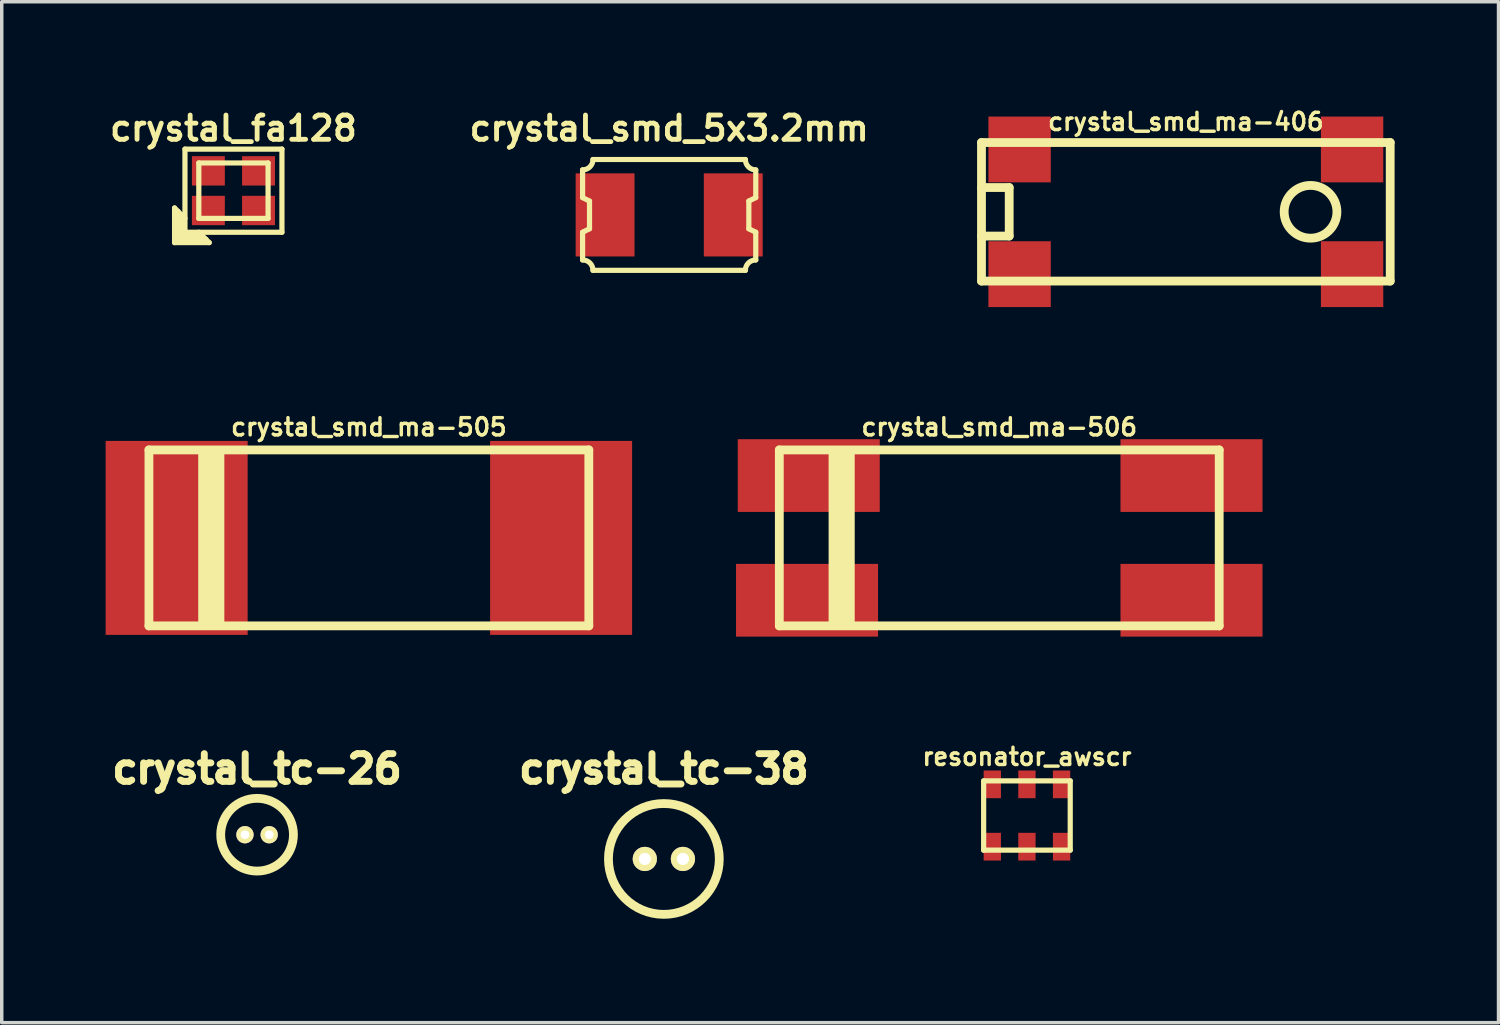
<source format=kicad_pcb>
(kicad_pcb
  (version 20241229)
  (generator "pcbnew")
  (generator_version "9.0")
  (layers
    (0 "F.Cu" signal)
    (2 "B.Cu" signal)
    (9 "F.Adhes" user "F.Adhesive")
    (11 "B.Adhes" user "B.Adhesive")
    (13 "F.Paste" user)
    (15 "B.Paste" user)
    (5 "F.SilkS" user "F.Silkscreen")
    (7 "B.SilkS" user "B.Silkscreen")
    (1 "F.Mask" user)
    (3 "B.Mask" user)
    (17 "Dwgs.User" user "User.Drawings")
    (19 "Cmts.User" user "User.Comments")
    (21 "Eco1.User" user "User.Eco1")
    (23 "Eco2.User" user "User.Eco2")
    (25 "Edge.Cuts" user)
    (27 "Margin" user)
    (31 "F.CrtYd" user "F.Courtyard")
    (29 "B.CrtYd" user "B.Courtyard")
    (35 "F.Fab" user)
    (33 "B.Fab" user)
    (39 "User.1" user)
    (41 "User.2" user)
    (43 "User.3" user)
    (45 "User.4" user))
  (footprint "crystal_smd_ma-505"
    (layer "F.Cu")
    (at 7.6 12.48)
    (property "Reference" "crystal_smd_ma-505" (at 0 -3.2 0) (layer "F.SilkS") (effects (font (size 0.498 0.498) (thickness 0.099))))
    (attr smd)
    (fp_line (start -6.35 -2.54) (end -6.35 2.54) (stroke (width 0.254) (type solid)) (layer "F.SilkS"))
    (fp_line (start -6.35 -2.54) (end 6.35 -2.54) (stroke (width 0.254) (type solid)) (layer "F.SilkS"))
    (fp_line (start -6.35 2.54) (end 6.35 2.54) (stroke (width 0.254) (type solid)) (layer "F.SilkS"))
    (fp_line (start -4.8 2.5) (end -4.8 -2.5) (stroke (width 0.254) (type solid)) (layer "F.SilkS"))
    (fp_line (start -4.7 2.5) (end -4.7 -2.5) (stroke (width 0.254) (type solid)) (layer "F.SilkS"))
    (fp_line (start -4.5 -2.5) (end -4.5 2.5) (stroke (width 0.254) (type solid)) (layer "F.SilkS"))
    (fp_line (start -4.3 2.5) (end -4.3 -2.5) (stroke (width 0.254) (type solid)) (layer "F.SilkS"))
    (fp_line (start 6.35 -2.54) (end 6.35 2.54) (stroke (width 0.254) (type solid)) (layer "F.SilkS"))
    (pad "1" smd rect (at -5.55 0) (size 4.1 5.6) (layers "F.Cu" "F.Mask" "F.Paste"))
    (pad "2" smd rect (at 5.55 0) (size 4.1 5.6) (layers "F.Cu" "F.Mask" "F.Paste")))
  (footprint "crystal_fa128"
    (layer "F.Cu")
    (at 3.69 2.455)
    (property "Reference" "crystal_fa128" (at 0 -1.8 0) (layer "F.SilkS") (effects (font (size 0.7 0.7) (thickness 0.14) (bold yes))))
    (attr smd)
    (fp_line (start -1.7 0.5) (end -1.4 0.8) (stroke (width 0.15) (type solid)) (layer "F.SilkS"))
    (fp_line (start -1.7 1.5) (end -1.7 0.5) (stroke (width 0.15) (type solid)) (layer "F.SilkS"))
    (fp_line (start -1.7 1.5) (end -0.7 1.5) (stroke (width 0.15) (type solid)) (layer "F.SilkS"))
    (fp_line (start -1.6 1.4) (end -1.6 0.6) (stroke (width 0.15) (type solid)) (layer "F.SilkS"))
    (fp_line (start -1.6 1.4) (end -0.8 1.4) (stroke (width 0.15) (type solid)) (layer "F.SilkS"))
    (fp_line (start -1.5 1.3) (end -1.5 0.7) (stroke (width 0.15) (type solid)) (layer "F.SilkS"))
    (fp_line (start -1.5 1.3) (end -0.9 1.3) (stroke (width 0.15) (type solid)) (layer "F.SilkS"))
    (fp_line (start -1.4 -1.2) (end 1.4 -1.2) (stroke (width 0.15) (type solid)) (layer "F.SilkS"))
    (fp_line (start -1.4 1.2) (end -1.4 -1.2) (stroke (width 0.15) (type solid)) (layer "F.SilkS"))
    (fp_line (start -1 -0.8) (end -1 0.8) (stroke (width 0.15) (type solid)) (layer "F.SilkS"))
    (fp_line (start -1 0.8) (end 1 0.8) (stroke (width 0.15) (type solid)) (layer "F.SilkS"))
    (fp_line (start -0.7 1.5) (end -1 1.2) (stroke (width 0.15) (type solid)) (layer "F.SilkS"))
    (fp_line (start 1 -0.8) (end -1 -0.8) (stroke (width 0.15) (type solid)) (layer "F.SilkS"))
    (fp_line (start 1 0.8) (end 1 -0.8) (stroke (width 0.15) (type solid)) (layer "F.SilkS"))
    (fp_line (start 1.4 -1.2) (end 1.4 1.2) (stroke (width 0.15) (type solid)) (layer "F.SilkS"))
    (fp_line (start 1.4 1.2) (end -1.4 1.2) (stroke (width 0.15) (type solid)) (layer "F.SilkS"))
    (pad "1" smd rect (at -0.724 0.572) (size 0.95 0.848) (layers "F.Cu" "F.Mask" "F.Paste"))
    (pad "2" smd rect (at 0.724 -0.572) (size 0.95 0.848) (layers "F.Cu" "F.Mask" "F.Paste"))
    (pad "3" smd rect (at 0.724 0.572) (size 0.95 0.848) (layers "F.Cu" "F.Mask" "F.Paste"))
    (pad "4" smd rect (at -0.724 -0.572) (size 0.95 0.848) (layers "F.Cu" "F.Mask" "F.Paste")))
  (footprint "resonator_awscr"
    (layer "F.Cu")
    (at 26.599 20.495)
    (property "Reference" "resonator_awscr" (at 0 -1.699 0) (layer "F.SilkS") (effects (font (size 0.498 0.498) (thickness 0.099))))
    (attr smd)
    (fp_line (start -1.25 -1) (end -1.25 1) (stroke (width 0.15) (type solid)) (layer "F.SilkS"))
    (fp_line (start -1.25 1) (end 1.25 1) (stroke (width 0.15) (type solid)) (layer "F.SilkS"))
    (fp_line (start 1.25 -1) (end -1.25 -1) (stroke (width 0.15) (type solid)) (layer "F.SilkS"))
    (fp_line (start 1.25 1) (end 1.25 -1) (stroke (width 0.15) (type solid)) (layer "F.SilkS"))
    (pad "1" smd rect (at -1 -0.9) (size 0.5 0.8) (layers "F.Cu" "F.Mask" "F.Paste"))
    (pad "1" smd rect (at -1 0.9) (size 0.5 0.8) (layers "F.Cu" "F.Mask" "F.Paste"))
    (pad "2" smd rect (at 0 -0.9) (size 0.5 0.8) (layers "F.Cu" "F.Mask" "F.Paste"))
    (pad "2" smd rect (at 0 0.9) (size 0.5 0.8) (layers "F.Cu" "F.Mask" "F.Paste"))
    (pad "3" smd rect (at 1 -0.9) (size 0.5 0.8) (layers "F.Cu" "F.Mask" "F.Paste"))
    (pad "3" smd rect (at 1 0.9) (size 0.5 0.8) (layers "F.Cu" "F.Mask" "F.Paste")))
  (footprint "crystal_smd_ma-506"
    (layer "F.Cu")
    (at 25.8 12.48)
    (property "Reference" "crystal_smd_ma-506" (at 0 -3.2 0) (layer "F.SilkS") (effects (font (size 0.498 0.498) (thickness 0.099))))
    (attr smd)
    (fp_line (start -6.35 -2.54) (end -6.35 2.54) (stroke (width 0.254) (type solid)) (layer "F.SilkS"))
    (fp_line (start -6.35 -2.54) (end 6.35 -2.54) (stroke (width 0.254) (type solid)) (layer "F.SilkS"))
    (fp_line (start -6.35 2.54) (end 6.35 2.54) (stroke (width 0.254) (type solid)) (layer "F.SilkS"))
    (fp_line (start -4.8 2.5) (end -4.8 -2.5) (stroke (width 0.254) (type solid)) (layer "F.SilkS"))
    (fp_line (start -4.7 2.5) (end -4.7 -2.5) (stroke (width 0.254) (type solid)) (layer "F.SilkS"))
    (fp_line (start -4.5 -2.5) (end -4.5 2.5) (stroke (width 0.254) (type solid)) (layer "F.SilkS"))
    (fp_line (start -4.3 2.5) (end -4.3 -2.5) (stroke (width 0.254) (type solid)) (layer "F.SilkS"))
    (fp_line (start 6.35 -2.54) (end 6.35 2.54) (stroke (width 0.254) (type solid)) (layer "F.SilkS"))
    (pad "1" smd rect (at -5.55 1.8) (size 4.1 2.1) (layers "F.Cu" "F.Mask" "F.Paste"))
    (pad "2" smd rect (at -5.5 -1.8) (size 4.1 2.1) (layers "F.Cu" "F.Mask" "F.Paste"))
    (pad "3" smd rect (at 5.55 -1.8) (size 4.1 2.1) (layers "F.Cu" "F.Mask" "F.Paste"))
    (pad "3" smd rect (at 5.55 1.8) (size 4.1 2.1) (layers "F.Cu" "F.Mask" "F.Paste")))
  (footprint "crystal_tc-26"
    (layer "F.Cu")
    (at 4.372 21.049)
    (property "Reference" "crystal_tc-26" (at 0 -1.9 0) (layer "F.SilkS") (effects (font (size 0.8 0.8) (thickness 0.2))))
    (attr through_hole)
    (fp_circle (center 0 0) (end -1.05 0) (stroke (width 0.254) (type solid)) (fill no) (layer "F.SilkS"))
    (pad "1" thru_hole oval (at -0.35 0) (size 0.5 0.5) (drill 0.25) (layers "*.Cu" "*.Mask" "F.SilkS"))
    (pad "2" thru_hole oval (at 0.35 0) (size 0.5 0.5) (drill 0.25) (layers "*.Cu" "*.Mask" "F.SilkS")))
  (footprint "crystal_smd_5x3.2mm"
    (layer "F.Cu")
    (at 16.27 3.155)
    (property "Reference" "crystal_smd_5x3.2mm" (at 0 -2.5 0) (layer "F.SilkS") (effects (font (size 0.7 0.7) (thickness 0.14) (bold yes))))
    (attr smd)
    (fp_line (start -2.5 -0.5) (end -2.5 -1.3) (stroke (width 0.15) (type solid)) (layer "F.SilkS"))
    (fp_line (start -2.5 -0.5) (end -2.3 -0.4) (stroke (width 0.15) (type solid)) (layer "F.SilkS"))
    (fp_line (start -2.5 0.5) (end -2.3 0.4) (stroke (width 0.15) (type solid)) (layer "F.SilkS"))
    (fp_line (start -2.5 1.3) (end -2.5 0.5) (stroke (width 0.15) (type solid)) (layer "F.SilkS"))
    (fp_line (start -2.3 0.4) (end -2.3 -0.4) (stroke (width 0.15) (type solid)) (layer "F.SilkS"))
    (fp_line (start -2.2 -1.6) (end 2.2 -1.6) (stroke (width 0.15) (type solid)) (layer "F.SilkS"))
    (fp_line (start -2.2 1.6) (end 2.2 1.6) (stroke (width 0.15) (type solid)) (layer "F.SilkS"))
    (fp_line (start 2.3 -0.4) (end 2.5 -0.5) (stroke (width 0.15) (type solid)) (layer "F.SilkS"))
    (fp_line (start 2.3 0.4) (end 2.3 -0.4) (stroke (width 0.15) (type solid)) (layer "F.SilkS"))
    (fp_line (start 2.3 0.4) (end 2.5 0.5) (stroke (width 0.15) (type solid)) (layer "F.SilkS"))
    (fp_line (start 2.5 -0.5) (end 2.5 -1.3) (stroke (width 0.15) (type solid)) (layer "F.SilkS"))
    (fp_line (start 2.5 1.3) (end 2.5 0.5) (stroke (width 0.15) (type solid)) (layer "F.SilkS"))
    (fp_arc (start -2.5 1.3) (mid -2.287868 1.387868) (end -2.2 1.6) (stroke (width 0.15) (type solid)) (layer "F.SilkS"))
    (fp_arc (start -2.2 -1.6) (mid -2.287868 -1.387868) (end -2.5 -1.3) (stroke (width 0.15) (type solid)) (layer "F.SilkS"))
    (fp_arc (start 2.2 1.6) (mid 2.287868 1.387868) (end 2.5 1.3) (stroke (width 0.15) (type solid)) (layer "F.SilkS"))
    (fp_arc (start 2.5 -1.3) (mid 2.287868 -1.387868) (end 2.2 -1.6) (stroke (width 0.15) (type solid)) (layer "F.SilkS"))
    (pad "1" smd rect (at -1.85 0) (size 1.7 2.4) (layers "F.Cu" "F.Mask" "F.Paste"))
    (pad "2" smd rect (at 1.85 0) (size 1.7 2.4) (layers "F.Cu" "F.Mask" "F.Paste")))
  (footprint "crystal_smd_ma-406"
    (layer "F.Cu")
    (at 31.187 3.065)
    (property "Reference" "crystal_smd_ma-406" (at 0 -2.6 0) (layer "F.SilkS") (effects (font (size 0.498 0.498) (thickness 0.099))))
    (attr smd)
    (fp_line (start -5.9 -2) (end -5.9 2) (stroke (width 0.254) (type solid)) (layer "F.SilkS"))
    (fp_line (start -5.9 -2) (end 5.9 -2) (stroke (width 0.254) (type solid)) (layer "F.SilkS"))
    (fp_line (start -5.9 -0.7) (end -5.1 -0.7) (stroke (width 0.254) (type solid)) (layer "F.SilkS"))
    (fp_line (start -5.9 2) (end 5.9 2) (stroke (width 0.254) (type solid)) (layer "F.SilkS"))
    (fp_line (start -5.1 -0.7) (end -5.1 0.7) (stroke (width 0.254) (type solid)) (layer "F.SilkS"))
    (fp_line (start -5.1 0.7) (end -5.9 0.7) (stroke (width 0.254) (type solid)) (layer "F.SilkS"))
    (fp_line (start 5.9 -2) (end 5.9 2) (stroke (width 0.254) (type solid)) (layer "F.SilkS"))
    (fp_circle (center 3.6 0) (end 2.9 0.3) (stroke (width 0.254) (type solid)) (fill no) (layer "F.SilkS"))
    (pad "1" smd rect (at -4.8 1.8) (size 1.8 1.9) (layers "F.Cu" "F.Mask" "F.Paste"))
    (pad "2" smd rect (at -4.8 -1.8) (size 1.8 1.9) (layers "F.Cu" "F.Mask" "F.Paste"))
    (pad "3" smd rect (at 4.8 -1.8) (size 1.8 1.9) (layers "F.Cu" "F.Mask" "F.Paste"))
    (pad "3" smd rect (at 4.8 1.8) (size 1.8 1.9) (layers "F.Cu" "F.Mask" "F.Paste")))
  (footprint "crystal_tc-38"
    (layer "F.Cu")
    (at 16.117 21.749)
    (property "Reference" "crystal_tc-38" (at 0 -2.6 0) (layer "F.SilkS") (effects (font (size 0.8 0.8) (thickness 0.2))))
    (attr through_hole)
    (fp_circle (center 0 0) (end -1.6 0) (stroke (width 0.254) (type solid)) (fill no) (layer "F.SilkS"))
    (pad "1" thru_hole circle (at -0.55 0) (size 0.7 0.7) (drill 0.35) (layers "*.Cu" "*.Mask" "F.SilkS"))
    (pad "2" thru_hole circle (at 0.55 0) (size 0.7 0.7) (drill 0.35) (layers "*.Cu" "*.Mask" "F.SilkS")))
  (gr_rect
    (start -3 -3)
    (end 40.214 26.476)
    (stroke (width 0.1) (type default))
    (fill no)
    (layer "Edge.Cuts")))
</source>
